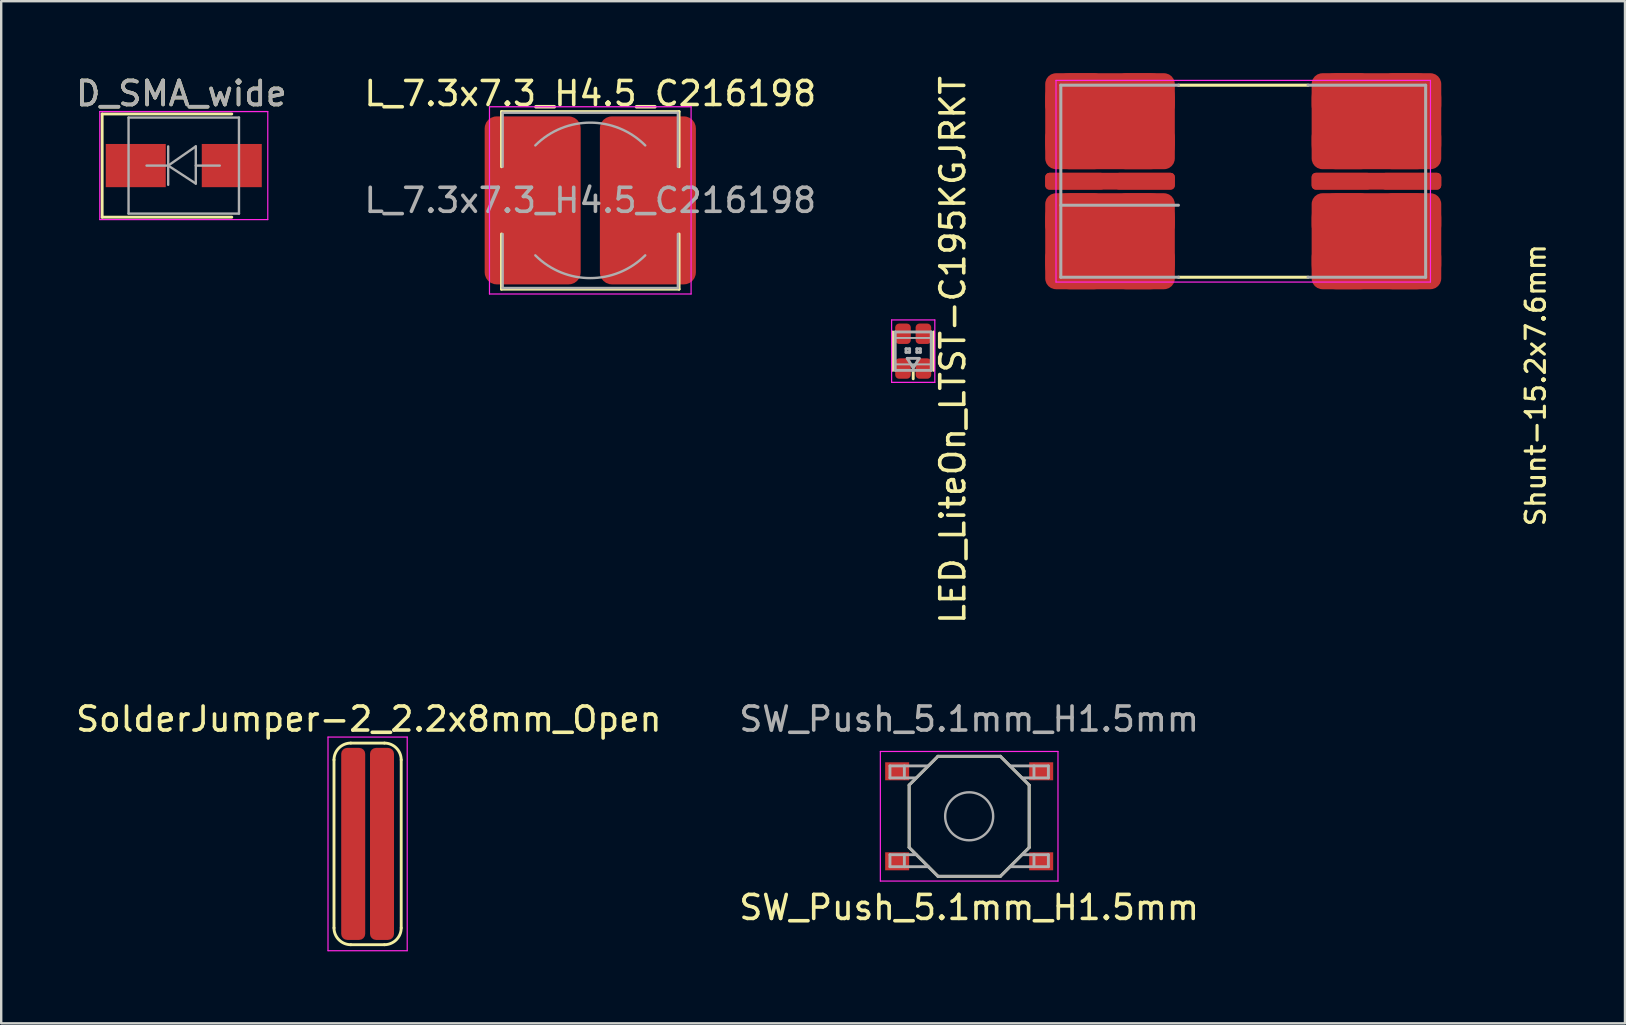
<source format=kicad_pcb>
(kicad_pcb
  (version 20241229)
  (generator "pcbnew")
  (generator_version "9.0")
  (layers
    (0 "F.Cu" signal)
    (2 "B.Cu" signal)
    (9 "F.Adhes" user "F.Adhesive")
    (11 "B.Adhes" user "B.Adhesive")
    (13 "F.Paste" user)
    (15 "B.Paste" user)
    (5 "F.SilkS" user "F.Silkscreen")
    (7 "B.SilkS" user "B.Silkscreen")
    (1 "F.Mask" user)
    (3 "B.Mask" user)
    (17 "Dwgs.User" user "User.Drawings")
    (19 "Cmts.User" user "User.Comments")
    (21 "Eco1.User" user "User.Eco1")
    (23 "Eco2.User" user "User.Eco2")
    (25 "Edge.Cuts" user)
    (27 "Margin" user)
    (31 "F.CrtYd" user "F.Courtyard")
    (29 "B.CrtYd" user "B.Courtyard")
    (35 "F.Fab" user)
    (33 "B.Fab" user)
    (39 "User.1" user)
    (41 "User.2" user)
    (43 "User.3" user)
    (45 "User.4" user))
  (footprint "SolderJumper-2_2.2x8mm_Open"
    (layer "F.Cu")
    (at 12.265 32.108)
    (property "Reference" "SolderJumper-2_2.2x8mm_Open" (at 0.05 -5.2 0) (layer "F.SilkS") (effects (font (size 1 1) (thickness 0.15))))
    (attr exclude_from_pos_files exclude_from_bom)
    (fp_line (start -1.4 3.5) (end -1.4 -3.5) (stroke (width 0.12) (type solid)) (layer "F.SilkS"))
    (fp_line (start -0.7 -4.2) (end 0.7 -4.2) (stroke (width 0.12) (type solid)) (layer "F.SilkS"))
    (fp_line (start 0.7 4.2) (end -0.7 4.2) (stroke (width 0.12) (type solid)) (layer "F.SilkS"))
    (fp_line (start 1.4 -3.5) (end 1.4 3.5) (stroke (width 0.12) (type solid)) (layer "F.SilkS"))
    (fp_arc (start -1.4 -3.5) (mid -1.194975 -3.994975) (end -0.7 -4.2) (stroke (width 0.12) (type solid)) (layer "F.SilkS"))
    (fp_arc (start -0.7 4.2) (mid -1.194975 3.994975) (end -1.4 3.5) (stroke (width 0.12) (type solid)) (layer "F.SilkS"))
    (fp_arc (start 0.7 -4.2) (mid 1.194975 -3.994975) (end 1.4 -3.5) (stroke (width 0.12) (type solid)) (layer "F.SilkS"))
    (fp_arc (start 1.4 3.5) (mid 1.194975 3.994975) (end 0.7 4.2) (stroke (width 0.12) (type solid)) (layer "F.SilkS"))
    (fp_line (start -1.65 -4.45) (end -1.65 4.45) (stroke (width 0.05) (type solid)) (layer "F.CrtYd"))
    (fp_line (start -1.65 -4.45) (end 1.65 -4.45) (stroke (width 0.05) (type solid)) (layer "F.CrtYd"))
    (fp_line (start 1.65 4.45) (end -1.65 4.45) (stroke (width 0.05) (type solid)) (layer "F.CrtYd"))
    (fp_line (start 1.65 4.45) (end 1.65 -4.45) (stroke (width 0.05) (type solid)) (layer "F.CrtYd"))
    (pad "1" smd roundrect (at -0.6 0) (size 1 8) (layers "F.Cu" "F.Mask") (roundrect_rratio 0.25))
    (pad "2" smd roundrect (at 0.6 0) (size 1 8) (layers "F.Cu" "F.Mask") (roundrect_rratio 0.25)))
  (footprint "LED_LiteOn_LTST-C195KGJRKT"
    (layer "F.Cu")
    (at 34.996 11.58)
    (property "Reference" "LED_LiteOn_LTST-C195KGJRKT" (at 1.65 -0.05 90) (layer "F.SilkS") (effects (font (size 1 1) (thickness 0.15))))
    (attr smd)
    (fp_line (start -0.85 0.8) (end -0.85 -0.8) (stroke (width 0.12) (type solid)) (layer "F.SilkS"))
    (fp_line (start 0 1.15) (end 0 0.8) (stroke (width 0.12) (type solid)) (layer "F.SilkS"))
    (fp_line (start 0.85 0.8) (end 0.85 -0.8) (stroke (width 0.12) (type solid)) (layer "F.SilkS"))
    (fp_line (start -0.9 -1.3) (end -0.9 1.3) (stroke (width 0.05) (type solid)) (layer "F.CrtYd"))
    (fp_line (start 0.9 -1.3) (end -0.9 -1.3) (stroke (width 0.05) (type solid)) (layer "F.CrtYd"))
    (fp_line (start 0.9 -1.3) (end 0.9 1.3) (stroke (width 0.05) (type solid)) (layer "F.CrtYd"))
    (fp_line (start 0.9 1.3) (end -0.9 1.3) (stroke (width 0.05) (type solid)) (layer "F.CrtYd"))
    (fp_line (start -0.75 -0.8) (end -0.75 0.8) (stroke (width 0.12) (type solid)) (layer "F.Fab"))
    (fp_line (start -0.75 -0.55) (end 0.75 -0.55) (stroke (width 0.08) (type solid)) (layer "F.Fab"))
    (fp_line (start -0.75 0.55) (end 0.75 0.55) (stroke (width 0.08) (type solid)) (layer "F.Fab"))
    (fp_line (start -0.75 0.8) (end 0.75 0.8) (stroke (width 0.12) (type solid)) (layer "F.Fab"))
    (fp_line (start -0.3 -0.1) (end -0.3 0.05) (stroke (width 0.12) (type solid)) (layer "F.Fab"))
    (fp_line (start -0.3 0.05) (end -0.15 0.05) (stroke (width 0.12) (type solid)) (layer "F.Fab"))
    (fp_line (start -0.25 0.3) (end 0.25 0.3) (stroke (width 0.12) (type solid)) (layer "F.Fab"))
    (fp_line (start -0.15 -0.1) (end -0.3 -0.1) (stroke (width 0.12) (type solid)) (layer "F.Fab"))
    (fp_line (start -0.15 0.05) (end -0.15 -0.1) (stroke (width 0.12) (type solid)) (layer "F.Fab"))
    (fp_line (start 0 0.7) (end -0.25 0.3) (stroke (width 0.12) (type solid)) (layer "F.Fab"))
    (fp_line (start 0.15 -0.1) (end 0.15 0.05) (stroke (width 0.12) (type solid)) (layer "F.Fab"))
    (fp_line (start 0.15 0.05) (end 0.3 0.05) (stroke (width 0.12) (type solid)) (layer "F.Fab"))
    (fp_line (start 0.25 0.3) (end 0 0.7) (stroke (width 0.12) (type solid)) (layer "F.Fab"))
    (fp_line (start 0.3 -0.1) (end 0.15 -0.1) (stroke (width 0.12) (type solid)) (layer "F.Fab"))
    (fp_line (start 0.3 0.05) (end 0.3 -0.1) (stroke (width 0.12) (type solid)) (layer "F.Fab"))
    (fp_line (start 0.75 -0.8) (end -0.75 -0.8) (stroke (width 0.12) (type solid)) (layer "F.Fab"))
    (fp_line (start 0.75 0.8) (end 0.75 -0.8) (stroke (width 0.12) (type solid)) (layer "F.Fab"))
    (pad "1" smd roundrect (at 0.425 -0.725) (size 0.65 0.85) (layers "F.Cu" "F.Mask" "F.Paste") (roundrect_rratio 0.25))
    (pad "2" smd roundrect (at -0.425 -0.725) (size 0.65 0.85) (layers "F.Cu" "F.Mask" "F.Paste") (roundrect_rratio 0.25))
    (pad "3" smd roundrect (at 0.425 0.725) (size 0.65 0.85) (layers "F.Cu" "F.Mask" "F.Paste") (roundrect_rratio 0.25))
    (pad "4" smd roundrect (at -0.425 0.725) (size 0.65 0.85) (layers "F.Cu" "F.Mask" "F.Paste") (roundrect_rratio 0.25)))
  (footprint "L_7.3x7.3_H4.5_C216198"
    (layer "F.Cu")
    (at 21.542 5.298)
    (property "Reference" "L_7.3x7.3_H4.5_C216198" (at 0 -4.45 180) (layer "F.SilkS") (effects (font (size 1 1) (thickness 0.15))))
    (attr smd)
    (fp_line (start -3.7 -3.7) (end 3.7 -3.7) (stroke (width 0.12) (type solid)) (layer "F.SilkS"))
    (fp_line (start -3.7 -1.4) (end -3.7 -3.7) (stroke (width 0.12) (type solid)) (layer "F.SilkS"))
    (fp_line (start -3.7 3.7) (end -3.7 1.4) (stroke (width 0.12) (type solid)) (layer "F.SilkS"))
    (fp_line (start 3.7 -3.7) (end 3.7 -1.4) (stroke (width 0.12) (type solid)) (layer "F.SilkS"))
    (fp_line (start 3.7 1.4) (end 3.7 3.7) (stroke (width 0.12) (type solid)) (layer "F.SilkS"))
    (fp_line (start 3.7 3.7) (end -3.7 3.7) (stroke (width 0.12) (type solid)) (layer "F.SilkS"))
    (fp_line (start -4.2 -3.9) (end -4.2 3.9) (stroke (width 0.05) (type solid)) (layer "F.CrtYd"))
    (fp_line (start -4.2 3.9) (end 4.2 3.9) (stroke (width 0.05) (type solid)) (layer "F.CrtYd"))
    (fp_line (start 4.2 -3.9) (end -4.2 -3.9) (stroke (width 0.05) (type solid)) (layer "F.CrtYd"))
    (fp_line (start 4.2 3.9) (end 4.2 -3.9) (stroke (width 0.05) (type solid)) (layer "F.CrtYd"))
    (fp_line (start -3.65 -3.65) (end -3.65 -1.4) (stroke (width 0.1) (type solid)) (layer "F.Fab"))
    (fp_line (start -3.65 -3.65) (end 3.65 -3.65) (stroke (width 0.1) (type solid)) (layer "F.Fab"))
    (fp_line (start -3.65 3.65) (end -3.65 1.4) (stroke (width 0.1) (type solid)) (layer "F.Fab"))
    (fp_line (start 3.65 -3.65) (end 3.65 -1.4) (stroke (width 0.1) (type solid)) (layer "F.Fab"))
    (fp_line (start 3.65 3.65) (end -3.65 3.65) (stroke (width 0.1) (type solid)) (layer "F.Fab"))
    (fp_line (start 3.65 3.65) (end 3.65 1.4) (stroke (width 0.1) (type solid)) (layer "F.Fab"))
    (fp_arc (start -2.29 -2.29) (mid 0 -3.238549) (end 2.29 -2.29) (stroke (width 0.1) (type solid)) (layer "F.Fab"))
    (fp_arc (start 2.29 2.29) (mid 0 3.238549) (end -2.29 2.29) (stroke (width 0.1) (type solid)) (layer "F.Fab"))
    (fp_text user "${REFERENCE}" (at 0 0 180) (layer "F.Fab") (effects (font (size 1 1) (thickness 0.15))))
    (pad "1" smd roundrect (at -2.4 0) (size 4 7) (layers "F.Cu" "F.Mask" "F.Paste") (roundrect_rratio 0.125))
    (pad "2" smd roundrect (at 2.4 0) (size 4 7) (layers "F.Cu" "F.Mask" "F.Paste") (roundrect_rratio 0.125)))
  (footprint "D_SMA_wide"
    (layer "F.Cu")
    (at 4.606 3.848)
    (property "Reference" "D_SMA_wide" (at -0.1 -3 0) (layer "F.SilkS") (effects (font (size 1 1) (thickness 0.15))))
    (attr smd)
    (fp_line (start -3.4 -2.15) (end -3.4 2.15) (stroke (width 0.12) (type solid)) (layer "F.SilkS"))
    (fp_line (start -3.4 -2.15) (end 2 -2.15) (stroke (width 0.12) (type solid)) (layer "F.SilkS"))
    (fp_line (start -3.4 2.15) (end 2 2.15) (stroke (width 0.12) (type solid)) (layer "F.SilkS"))
    (fp_line (start -3.5 -2.25) (end 3.5 -2.25) (stroke (width 0.05) (type solid)) (layer "F.CrtYd"))
    (fp_line (start -3.5 2.25) (end -3.5 -2.25) (stroke (width 0.05) (type solid)) (layer "F.CrtYd"))
    (fp_line (start 3.5 -2.25) (end 3.5 2.25) (stroke (width 0.05) (type solid)) (layer "F.CrtYd"))
    (fp_line (start 3.5 2.25) (end -3.5 2.25) (stroke (width 0.05) (type solid)) (layer "F.CrtYd"))
    (fp_line (start -2.3 2) (end -2.3 -2) (stroke (width 0.1) (type solid)) (layer "F.Fab"))
    (fp_line (start -0.649 -0.799) (end -0.649 0.801) (stroke (width 0.1) (type solid)) (layer "F.Fab"))
    (fp_line (start -0.649 0.001) (end -1.551 0.001) (stroke (width 0.1) (type solid)) (layer "F.Fab"))
    (fp_line (start -0.649 0.001) (end 0.501 -0.799) (stroke (width 0.1) (type solid)) (layer "F.Fab"))
    (fp_line (start -0.649 0.001) (end 0.501 0.75) (stroke (width 0.1) (type solid)) (layer "F.Fab"))
    (fp_line (start 0.501 0.001) (end 1.499 0.001) (stroke (width 0.1) (type solid)) (layer "F.Fab"))
    (fp_line (start 0.501 0.75) (end 0.501 -0.799) (stroke (width 0.1) (type solid)) (layer "F.Fab"))
    (fp_line (start 2.3 -2) (end -2.3 -2) (stroke (width 0.1) (type solid)) (layer "F.Fab"))
    (fp_line (start 2.3 -2) (end 2.3 2) (stroke (width 0.1) (type solid)) (layer "F.Fab"))
    (fp_line (start 2.3 2) (end -2.3 2) (stroke (width 0.1) (type solid)) (layer "F.Fab"))
    (fp_text user "${REFERENCE}" (at -0.1 -3 0) (layer "F.Fab") (effects (font (size 1 1) (thickness 0.15))))
    (pad "1" smd rect (at -2 0) (size 2.5 1.8) (layers "F.Cu" "F.Mask" "F.Paste"))
    (pad "2" smd rect (at 2 0) (size 2.5 1.8) (layers "F.Cu" "F.Mask" "F.Paste")))
  (footprint "Shunt-15.2x7.6mm"
    (layer "F.Cu")
    (at 48.745 4.5)
    (property "Reference" "Shunt-15.2x7.6mm" (at 11.715 2.545 270) (layer "F.SilkS") (effects (font (size 0.8 0.8) (thickness 0.13)) (justify right top)))
    (attr smd)
    (fp_line (start -2.7 -4) (end 2.7 -4) (stroke (width 0.127) (type solid)) (layer "F.SilkS"))
    (fp_line (start -2.7 4) (end 2.7 4) (stroke (width 0.127) (type solid)) (layer "F.SilkS"))
    (fp_line (start -7.8 -4.2) (end 7.8 -4.2) (stroke (width 0.05) (type solid)) (layer "F.CrtYd"))
    (fp_line (start -7.8 4.2) (end -7.8 -4.2) (stroke (width 0.05) (type solid)) (layer "F.CrtYd"))
    (fp_line (start 7.8 -4.2) (end 7.8 4.2) (stroke (width 0.05) (type solid)) (layer "F.CrtYd"))
    (fp_line (start 7.8 4.2) (end -7.8 4.2) (stroke (width 0.05) (type solid)) (layer "F.CrtYd"))
    (fp_line (start -7.6 -4) (end -7.6 4) (stroke (width 0.127) (type solid)) (layer "F.Fab"))
    (fp_line (start -7.6 4) (end -2.7 4) (stroke (width 0.127) (type solid)) (layer "F.Fab"))
    (fp_line (start -2.7 -4) (end -7.6 -4) (stroke (width 0.127) (type solid)) (layer "F.Fab"))
    (fp_line (start -2.7 1) (end -7.6 1) (stroke (width 0.127) (type solid)) (layer "F.Fab"))
    (fp_line (start 2.7 4) (end 7.6 4) (stroke (width 0.127) (type solid)) (layer "F.Fab"))
    (fp_line (start 7.6 -4) (end 2.7 -4) (stroke (width 0.127) (type solid)) (layer "F.Fab"))
    (fp_line (start 7.6 4) (end 7.6 -4) (stroke (width 0.127) (type solid)) (layer "F.Fab"))
    (pad "1" smd roundrect (at -7 -3.6) (size 2.5 1.8) (layers "F.Cu" "F.Paste") (roundrect_rratio 0.25))
    (pad "1" smd roundrect (at -7 -1.4) (size 2.5 1.8) (layers "F.Cu" "F.Paste") (roundrect_rratio 0.25))
    (pad "1" smd roundrect (at -7 1.4) (size 2.5 1.8) (layers "F.Cu" "F.Paste") (roundrect_rratio 0.25))
    (pad "1" smd roundrect (at -7 3.6) (size 2.5 1.8) (layers "F.Cu" "F.Paste") (roundrect_rratio 0.25))
    (pad "1" smd roundrect (at -5.55 -2.5) (size 5.4 4) (layers "F.Cu" "F.Mask") (roundrect_rratio 0.25))
    (pad "1" smd roundrect (at -5.55 2.5) (size 5.4 4) (layers "F.Cu" "F.Mask") (roundrect_rratio 0.25))
    (pad "1" smd roundrect (at -4.1 -3.6) (size 2.5 1.8) (layers "F.Cu" "F.Paste") (roundrect_rratio 0.25))
    (pad "1" smd roundrect (at -4.1 -1.4) (size 2.5 1.8) (layers "F.Cu" "F.Paste") (roundrect_rratio 0.25))
    (pad "1" smd roundrect (at -4.1 1.4) (size 2.5 1.8) (layers "F.Cu" "F.Paste") (roundrect_rratio 0.25))
    (pad "1" smd roundrect (at -4.1 3.6) (size 2.5 1.8) (layers "F.Cu" "F.Paste") (roundrect_rratio 0.25))
    (pad "2" smd roundrect (at -7 0) (size 2.5 0.7) (layers "F.Cu" "F.Paste") (roundrect_rratio 0.25))
    (pad "2" smd roundrect (at -5.55 0) (size 5.4 0.7) (layers "F.Cu" "F.Mask") (roundrect_rratio 0.25))
    (pad "2" smd roundrect (at -4.1 0) (size 2.5 0.7) (layers "F.Cu" "F.Paste") (roundrect_rratio 0.25))
    (pad "3" smd roundrect (at 4.1 0) (size 2.5 0.7) (layers "F.Cu" "F.Paste") (roundrect_rratio 0.25))
    (pad "3" smd roundrect (at 5.55 0) (size 5.4 0.7) (layers "F.Cu" "F.Mask") (roundrect_rratio 0.25))
    (pad "3" smd roundrect (at 7 0) (size 2.5 0.7) (layers "F.Cu" "F.Paste") (roundrect_rratio 0.25))
    (pad "4" smd roundrect (at 4.1 -3.6) (size 2.5 1.8) (layers "F.Cu" "F.Paste") (roundrect_rratio 0.25))
    (pad "4" smd roundrect (at 4.1 -1.4) (size 2.5 1.8) (layers "F.Cu" "F.Paste") (roundrect_rratio 0.25))
    (pad "4" smd roundrect (at 4.1 1.4) (size 2.5 1.8) (layers "F.Cu" "F.Paste") (roundrect_rratio 0.25))
    (pad "4" smd roundrect (at 4.1 3.6) (size 2.5 1.8) (layers "F.Cu" "F.Paste") (roundrect_rratio 0.25))
    (pad "4" smd roundrect (at 5.55 -2.5) (size 5.4 4) (layers "F.Cu" "F.Mask") (roundrect_rratio 0.25))
    (pad "4" smd roundrect (at 5.55 2.5) (size 5.4 4) (layers "F.Cu" "F.Mask") (roundrect_rratio 0.25))
    (pad "4" smd roundrect (at 7 -3.6) (size 2.5 1.8) (layers "F.Cu" "F.Paste") (roundrect_rratio 0.25))
    (pad "4" smd roundrect (at 7 -1.4) (size 2.5 1.8) (layers "F.Cu" "F.Paste") (roundrect_rratio 0.25))
    (pad "4" smd roundrect (at 7 1.4) (size 2.5 1.8) (layers "F.Cu" "F.Paste") (roundrect_rratio 0.25))
    (pad "4" smd roundrect (at 7 3.6) (size 2.5 1.8) (layers "F.Cu" "F.Paste") (roundrect_rratio 0.25)))
  (footprint "SW_Push_5.1mm_H1.5mm"
    (layer "F.Cu")
    (at 37.327 30.958)
    (property "Reference" "SW_Push_5.1mm_H1.5mm" (at 0 3.8 0) (layer "F.SilkS") (effects (font (size 1 1) (thickness 0.15))))
    (attr smd)
    (fp_line (start -2.5 -1.3) (end -1.3 -2.5) (stroke (width 0.12) (type solid)) (layer "F.SilkS"))
    (fp_line (start -2.5 1.3) (end -2.5 -1.3) (stroke (width 0.12) (type solid)) (layer "F.SilkS"))
    (fp_line (start -1.3 -2.5) (end 1.3 -2.5) (stroke (width 0.12) (type solid)) (layer "F.SilkS"))
    (fp_line (start -1.3 2.5) (end -2.5 1.3) (stroke (width 0.12) (type solid)) (layer "F.SilkS"))
    (fp_line (start 1.3 -2.5) (end 2.5 -1.3) (stroke (width 0.12) (type solid)) (layer "F.SilkS"))
    (fp_line (start 1.3 2.5) (end -1.3 2.5) (stroke (width 0.12) (type solid)) (layer "F.SilkS"))
    (fp_line (start 2.5 -1.3) (end 2.5 1.3) (stroke (width 0.12) (type solid)) (layer "F.SilkS"))
    (fp_line (start 2.5 1.3) (end 1.3 2.5) (stroke (width 0.12) (type solid)) (layer "F.SilkS"))
    (fp_line (start -3.7 -2.7) (end -3.7 2.7) (stroke (width 0.05) (type solid)) (layer "F.CrtYd"))
    (fp_line (start -3.7 -2.7) (end 3.7 -2.7) (stroke (width 0.05) (type solid)) (layer "F.CrtYd"))
    (fp_line (start -3.7 2.7) (end 3.7 2.7) (stroke (width 0.05) (type solid)) (layer "F.CrtYd"))
    (fp_line (start 3.7 2.7) (end 3.7 -2.7) (stroke (width 0.05) (type solid)) (layer "F.CrtYd"))
    (fp_line (start -3.3 -2.1) (end -3.3 -1.6) (stroke (width 0.12) (type solid)) (layer "F.Fab"))
    (fp_line (start -3.3 -1.6) (end -2.2 -1.6) (stroke (width 0.12) (type solid)) (layer "F.Fab"))
    (fp_line (start -3.3 1.6) (end -2.2 1.6) (stroke (width 0.12) (type solid)) (layer "F.Fab"))
    (fp_line (start -3.3 2.1) (end -3.3 1.6) (stroke (width 0.12) (type solid)) (layer "F.Fab"))
    (fp_line (start -2.7 -2.1) (end -2.7 -1.6) (stroke (width 0.12) (type solid)) (layer "F.Fab"))
    (fp_line (start -2.7 2.1) (end -2.7 1.6) (stroke (width 0.12) (type solid)) (layer "F.Fab"))
    (fp_line (start -2.5 -1.3) (end -1.3 -2.5) (stroke (width 0.12) (type solid)) (layer "F.Fab"))
    (fp_line (start -2.5 1.3) (end -2.5 -1.3) (stroke (width 0.12) (type solid)) (layer "F.Fab"))
    (fp_line (start -1.7 -2.1) (end -3.3 -2.1) (stroke (width 0.12) (type solid)) (layer "F.Fab"))
    (fp_line (start -1.7 2.1) (end -3.3 2.1) (stroke (width 0.12) (type solid)) (layer "F.Fab"))
    (fp_line (start -1.3 -2.5) (end 1.3 -2.5) (stroke (width 0.12) (type solid)) (layer "F.Fab"))
    (fp_line (start -1.3 2.5) (end -2.5 1.3) (stroke (width 0.12) (type solid)) (layer "F.Fab"))
    (fp_line (start 1.3 -2.5) (end 2.5 -1.3) (stroke (width 0.12) (type solid)) (layer "F.Fab"))
    (fp_line (start 1.3 2.5) (end -1.3 2.5) (stroke (width 0.12) (type solid)) (layer "F.Fab"))
    (fp_line (start 1.7 -2.1) (end 3.3 -2.1) (stroke (width 0.12) (type solid)) (layer "F.Fab"))
    (fp_line (start 1.7 2.1) (end 3.3 2.1) (stroke (width 0.12) (type solid)) (layer "F.Fab"))
    (fp_line (start 2.5 -1.3) (end 2.5 1.3) (stroke (width 0.12) (type solid)) (layer "F.Fab"))
    (fp_line (start 2.5 1.3) (end 1.3 2.5) (stroke (width 0.12) (type solid)) (layer "F.Fab"))
    (fp_line (start 2.7 -2.1) (end 2.7 -1.6) (stroke (width 0.12) (type solid)) (layer "F.Fab"))
    (fp_line (start 2.7 2.1) (end 2.7 1.6) (stroke (width 0.12) (type solid)) (layer "F.Fab"))
    (fp_line (start 3.3 -2.1) (end 3.3 -1.6) (stroke (width 0.12) (type solid)) (layer "F.Fab"))
    (fp_line (start 3.3 -1.6) (end 2.2 -1.6) (stroke (width 0.12) (type solid)) (layer "F.Fab"))
    (fp_line (start 3.3 1.6) (end 2.2 1.6) (stroke (width 0.12) (type solid)) (layer "F.Fab"))
    (fp_line (start 3.3 2.1) (end 3.3 1.6) (stroke (width 0.12) (type solid)) (layer "F.Fab"))
    (fp_circle (center 0 0) (end 1 0) (stroke (width 0.1) (type solid)) (fill no) (layer "F.Fab"))
    (fp_text user "${REFERENCE}" (at 0 -4.05 0) (layer "F.Fab") (effects (font (size 1 1) (thickness 0.15))))
    (pad "1" smd rect (at -3 -1.875) (size 1 0.75) (layers "F.Cu" "F.Mask" "F.Paste"))
    (pad "1" smd rect (at 3 -1.875) (size 1 0.75) (layers "F.Cu" "F.Mask" "F.Paste"))
    (pad "2" smd rect (at -3 1.875) (size 1 0.75) (layers "F.Cu" "F.Mask" "F.Paste"))
    (pad "2" smd rect (at 3 1.875) (size 1 0.75) (layers "F.Cu" "F.Mask" "F.Paste")))
  (gr_rect
    (start -3 -3)
    (end 64.65 39.583)
    (stroke (width 0.1) (type default))
    (fill no)
    (layer "Edge.Cuts")))
</source>
